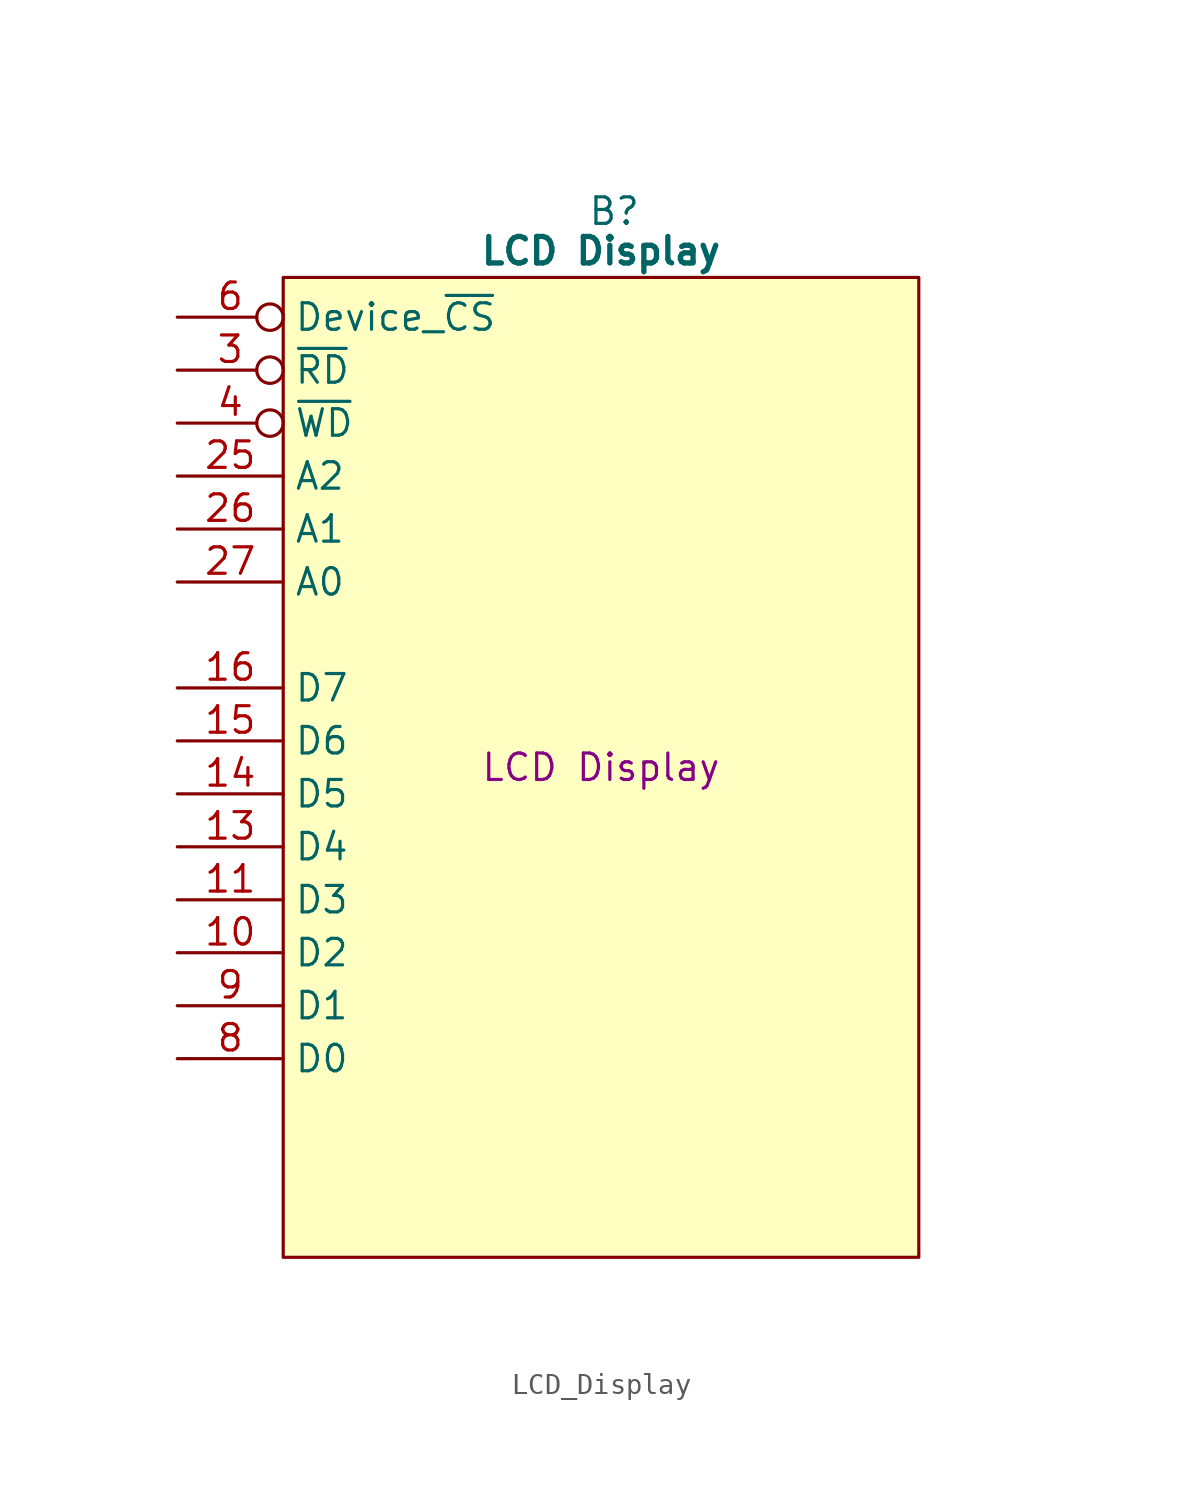
<source format=kicad_sym>
(kicad_symbol_lib
  (version 20220914)
  (generator kicad_symbol_editor)
  (symbol "LCD_Display"
    (property "Reference" "B"
      (at 15.875 5.08 0)
      (effects (font (size 1.27 1.27))))
    (property "Value" "LCD Display"
      (at 15.24 3.175 0)
      (effects (font (size 1.27 1.27) bold)))
    (property "Description" "LCD Display"
      (at 15.24 -21.59 0)
      (effects (font (size 1.27 1.27))))
    (symbol "LCD_Display_0_1"
      (polyline (pts (xy 0 1.905) (xy 30.48 1.905) (xy 30.48 -45.085) (xy 0 -45.085) (xy 0 1.905)) (stroke (width 0.152) (type default)) (fill (type background))))
    (symbol "LCD_Display_1_1"
      (pin passive line (at -5.08 -40.64 0) (length 5.08) hide (name "5V" (effects (font (size 1.27 1.27)))) (number "1" (effects (font (size 1.27 1.27)))))
      (pin tri_state line (at -5.08 -30.48 0) (length 5.08) (name "D2" (effects (font (size 1.27 1.27)))) (number "10" (effects (font (size 1.27 1.27)))))
      (pin tri_state line (at -5.08 -27.94 0) (length 5.08) (name "D3" (effects (font (size 1.27 1.27)))) (number "11" (effects (font (size 1.27 1.27)))))
      (pin passive line (at 35.56 -2.54 180) (length 5.08) hide (name "GND" (effects (font (size 1.27 1.27)))) (number "12" (effects (font (size 1.27 1.27)))))
      (pin tri_state line (at -5.08 -25.4 0) (length 5.08) (name "D4" (effects (font (size 1.27 1.27)))) (number "13" (effects (font (size 1.27 1.27)))))
      (pin tri_state line (at -5.08 -22.86 0) (length 5.08) (name "D5" (effects (font (size 1.27 1.27)))) (number "14" (effects (font (size 1.27 1.27)))))
      (pin tri_state line (at -5.08 -20.32 0) (length 5.08) (name "D6" (effects (font (size 1.27 1.27)))) (number "15" (effects (font (size 1.27 1.27)))))
      (pin tri_state line (at -5.08 -17.78 0) (length 5.08) (name "D7" (effects (font (size 1.27 1.27)))) (number "16" (effects (font (size 1.27 1.27)))))
      (pin passive line (at -5.08 -43.18 0) (length 5.08) hide (name "5V" (effects (font (size 1.27 1.27)))) (number "17" (effects (font (size 1.27 1.27)))))
      (pin no_connect line (at 35.56 -20.32 180) (length 5.08) hide (name "N.C." (effects (font (size 1.27 1.27)))) (number "18" (effects (font (size 1.27 1.27)))))
      (pin no_connect line (at 35.56 -22.86 180) (length 5.08) hide (name "N.C." (effects (font (size 1.27 1.27)))) (number "19" (effects (font (size 1.27 1.27)))))
      (pin no_connect line (at 35.56 -15.24 180) (length 5.08) hide (name "N.C." (effects (font (size 1.27 1.27)))) (number "2" (effects (font (size 1.27 1.27)))))
      (pin no_connect line (at 35.56 -25.4 180) (length 5.08) hide (name "N.C." (effects (font (size 1.27 1.27)))) (number "20" (effects (font (size 1.27 1.27)))))
      (pin passive line (at 35.56 -5.08 180) (length 5.08) hide (name "GND" (effects (font (size 1.27 1.27)))) (number "21" (effects (font (size 1.27 1.27)))))
      (pin no_connect line (at 35.56 -27.94 180) (length 5.08) hide (name "N.C." (effects (font (size 1.27 1.27)))) (number "22" (effects (font (size 1.27 1.27)))))
      (pin no_connect line (at 35.56 -30.48 180) (length 5.08) hide (name "N.C." (effects (font (size 1.27 1.27)))) (number "23" (effects (font (size 1.27 1.27)))))
      (pin no_connect line (at 35.56 -33.02 180) (length 5.08) hide (name "N.C." (effects (font (size 1.27 1.27)))) (number "24" (effects (font (size 1.27 1.27)))))
      (pin input line (at -5.08 -7.62 0) (length 5.08) (name "A2" (effects (font (size 1.27 1.27)))) (number "25" (effects (font (size 1.27 1.27)))))
      (pin input line (at -5.08 -10.16 0) (length 5.08) (name "A1" (effects (font (size 1.27 1.27)))) (number "26" (effects (font (size 1.27 1.27)))))
      (pin input line (at -5.08 -12.7 0) (length 5.08) (name "A0" (effects (font (size 1.27 1.27)))) (number "27" (effects (font (size 1.27 1.27)))))
      (pin passive line (at 35.56 -7.62 180) (length 5.08) hide (name "GND" (effects (font (size 1.27 1.27)))) (number "28" (effects (font (size 1.27 1.27)))))
      (pin no_connect line (at 35.56 -35.56 180) (length 5.08) hide (name "N.C." (effects (font (size 1.27 1.27)))) (number "29" (effects (font (size 1.27 1.27)))))
      (pin input inverted (at -5.08 -2.54 0) (length 5.08) (name "~{RD}" (effects (font (size 1.27 1.27)))) (number "3" (effects (font (size 1.27 1.27)))))
      (pin no_connect line (at 35.56 -38.1 180) (length 5.08) hide (name "N.C." (effects (font (size 1.27 1.27)))) (number "30" (effects (font (size 1.27 1.27)))))
      (pin no_connect line (at 35.56 -40.64 180) (length 5.08) hide (name "N.C." (effects (font (size 1.27 1.27)))) (number "31" (effects (font (size 1.27 1.27)))))
      (pin no_connect line (at 35.56 -43.18 180) (length 5.08) hide (name "N.C." (effects (font (size 1.27 1.27)))) (number "32" (effects (font (size 1.27 1.27)))))
      (pin input inverted (at -5.08 -5.08 0) (length 5.08) (name "~{WD}" (effects (font (size 1.27 1.27)))) (number "4" (effects (font (size 1.27 1.27)))))
      (pin passive line (at 35.56 0 180) (length 5.08) hide (name "GND" (effects (font (size 1.27 1.27)))) (number "5" (effects (font (size 1.27 1.27)))))
      (pin input inverted (at -5.08 0 0) (length 5.08) (name "Device_~{CS}" (effects (font (size 1.27 1.27)))) (number "6" (effects (font (size 1.27 1.27)))))
      (pin no_connect line (at 35.56 -17.78 180) (length 5.08) hide (name "N.C." (effects (font (size 1.27 1.27)))) (number "7" (effects (font (size 1.27 1.27)))))
      (pin tri_state line (at -5.08 -35.56 0) (length 5.08) (name "D0" (effects (font (size 1.27 1.27)))) (number "8" (effects (font (size 1.27 1.27)))))
      (pin tri_state line (at -5.08 -33.02 0) (length 5.08) (name "D1" (effects (font (size 1.27 1.27)))) (number "9" (effects (font (size 1.27 1.27))))))))
</source>
